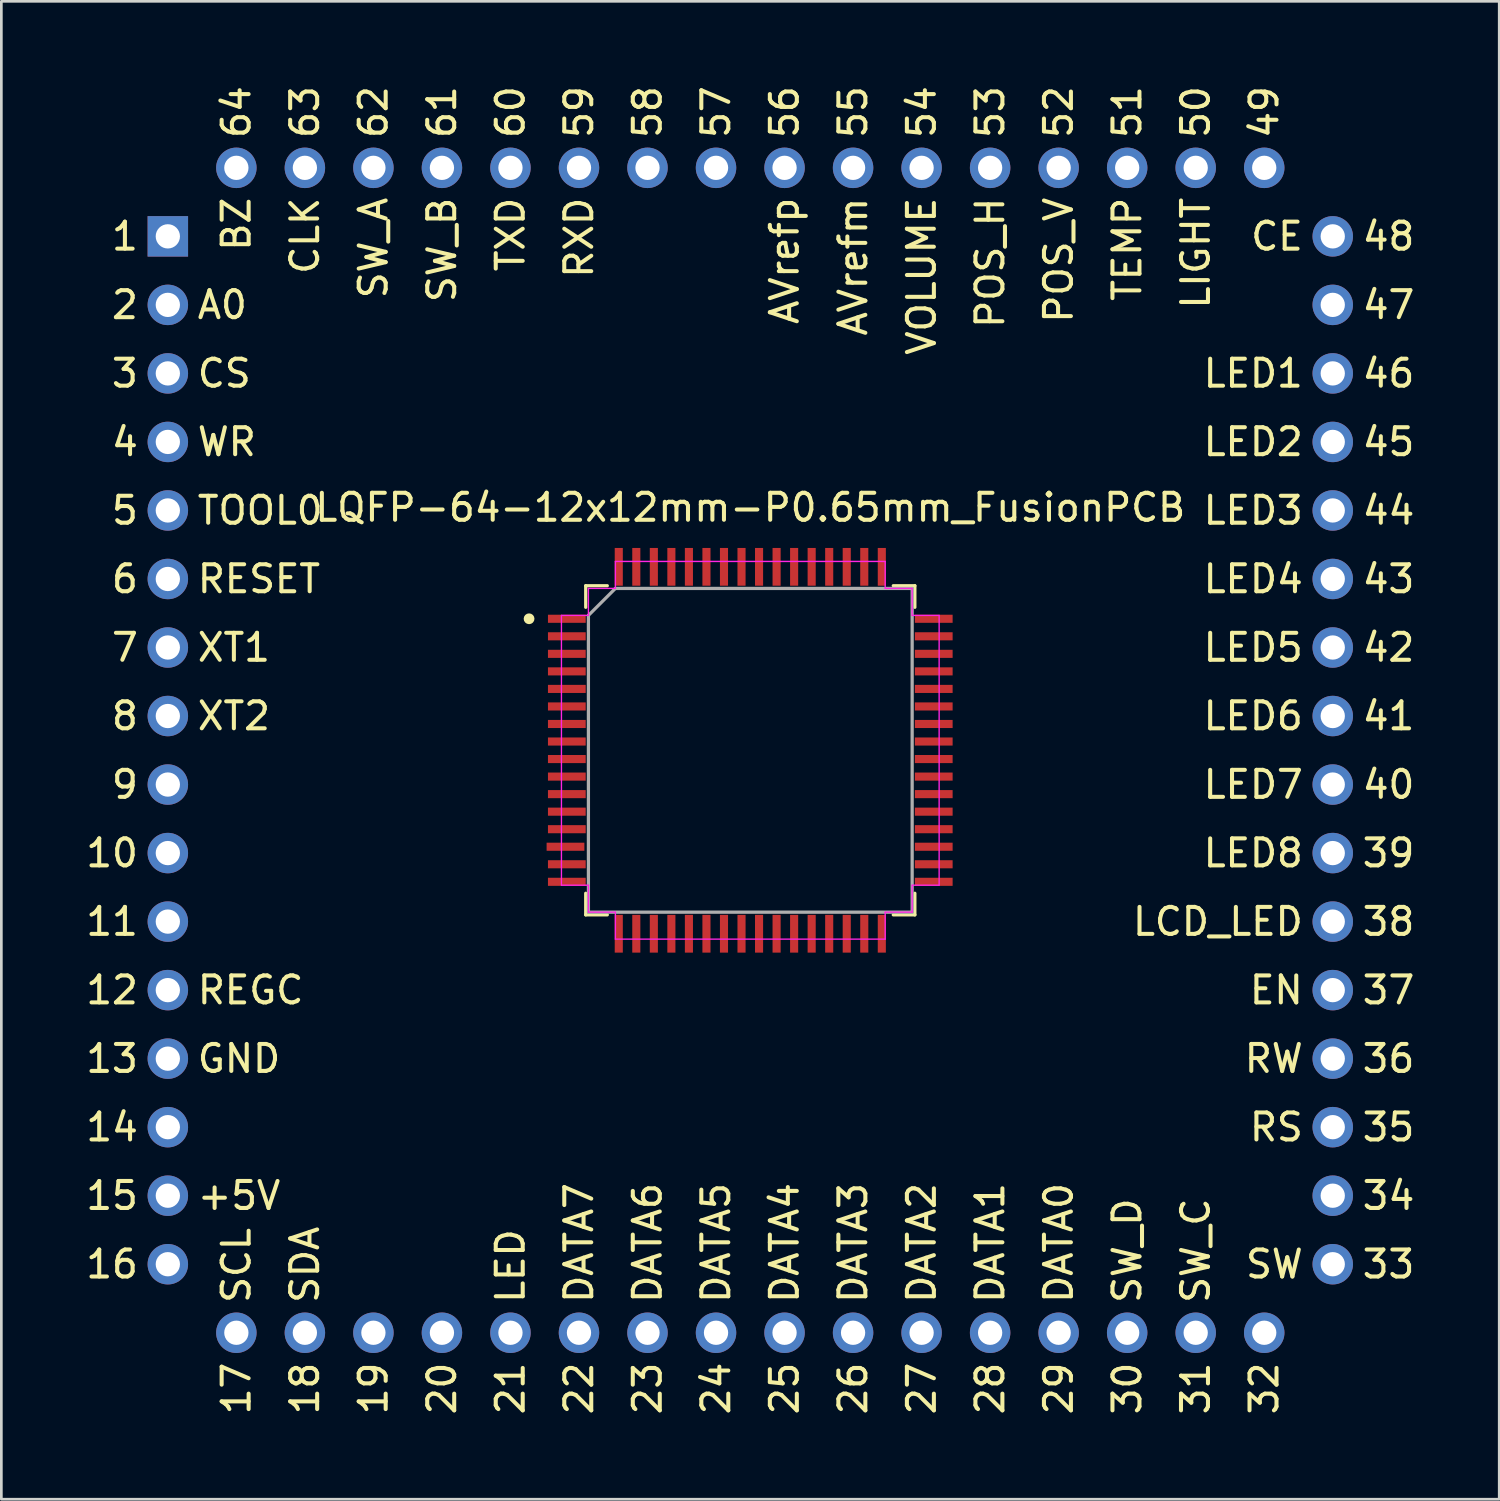
<source format=kicad_pcb>
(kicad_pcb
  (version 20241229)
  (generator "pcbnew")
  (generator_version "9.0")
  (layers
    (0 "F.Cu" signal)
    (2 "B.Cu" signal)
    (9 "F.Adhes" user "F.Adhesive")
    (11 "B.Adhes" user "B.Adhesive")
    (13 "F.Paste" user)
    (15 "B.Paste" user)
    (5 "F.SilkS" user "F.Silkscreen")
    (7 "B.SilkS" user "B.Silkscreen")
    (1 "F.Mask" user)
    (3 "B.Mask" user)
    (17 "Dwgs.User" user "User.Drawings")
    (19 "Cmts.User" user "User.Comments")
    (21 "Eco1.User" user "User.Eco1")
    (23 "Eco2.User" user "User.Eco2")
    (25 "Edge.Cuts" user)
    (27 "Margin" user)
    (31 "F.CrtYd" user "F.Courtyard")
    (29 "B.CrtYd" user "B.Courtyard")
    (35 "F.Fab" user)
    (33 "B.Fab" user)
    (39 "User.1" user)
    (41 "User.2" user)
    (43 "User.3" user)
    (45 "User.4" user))
  (footprint "LQFP-64-12x12mm-P0.65mm_FusionPCB"
    (layer "F.Cu")
    (at 24.761 24.761)
    (property "Reference" "LQFP-64-12x12mm-P0.65mm_FusionPCB" (at 0 -9 0) (layer "F.SilkS") (effects (font (size 1 1) (thickness 0.15))))
    (attr through_hole)
    (fp_line (start -6.1 -6.1) (end -6.1 -5.3) (stroke (width 0.12) (type solid)) (layer "F.SilkS"))
    (fp_line (start -6.1 5.3) (end -6.1 6.1) (stroke (width 0.12) (type solid)) (layer "F.SilkS"))
    (fp_line (start -6.1 6.1) (end -5.3 6.1) (stroke (width 0.12) (type solid)) (layer "F.SilkS"))
    (fp_line (start -5.3 -6.1) (end -6.1 -6.1) (stroke (width 0.12) (type solid)) (layer "F.SilkS"))
    (fp_line (start 5.3 6.1) (end 6.1 6.1) (stroke (width 0.12) (type solid)) (layer "F.SilkS"))
    (fp_line (start 6.1 -6.1) (end 5.3 -6.1) (stroke (width 0.12) (type solid)) (layer "F.SilkS"))
    (fp_line (start 6.1 -5.3) (end 6.1 -6.1) (stroke (width 0.12) (type solid)) (layer "F.SilkS"))
    (fp_line (start 6.1 6.1) (end 6.1 5.3) (stroke (width 0.12) (type solid)) (layer "F.SilkS"))
    (fp_circle (center -8.2 -4.875) (end -8.1 -4.875) (stroke (width 0.2) (type solid)) (fill no) (layer "F.SilkS"))
    (fp_line (start -7 -5) (end -7 5) (stroke (width 0.05) (type solid)) (layer "F.CrtYd"))
    (fp_line (start -7 5) (end -6 5) (stroke (width 0.05) (type solid)) (layer "F.CrtYd"))
    (fp_line (start -6 -6) (end -6 -5) (stroke (width 0.05) (type solid)) (layer "F.CrtYd"))
    (fp_line (start -6 -5) (end -7 -5) (stroke (width 0.05) (type solid)) (layer "F.CrtYd"))
    (fp_line (start -6 5) (end -6 6) (stroke (width 0.05) (type solid)) (layer "F.CrtYd"))
    (fp_line (start -6 6) (end -5 6) (stroke (width 0.05) (type solid)) (layer "F.CrtYd"))
    (fp_line (start -5 -7) (end -5 -6) (stroke (width 0.05) (type solid)) (layer "F.CrtYd"))
    (fp_line (start -5 -6) (end -6 -6) (stroke (width 0.05) (type solid)) (layer "F.CrtYd"))
    (fp_line (start -5 6) (end -5 7) (stroke (width 0.05) (type solid)) (layer "F.CrtYd"))
    (fp_line (start -5 7) (end 5 7) (stroke (width 0.05) (type solid)) (layer "F.CrtYd"))
    (fp_line (start 5 -7) (end -5 -7) (stroke (width 0.05) (type solid)) (layer "F.CrtYd"))
    (fp_line (start 5 -6) (end 5 -7) (stroke (width 0.05) (type solid)) (layer "F.CrtYd"))
    (fp_line (start 5 6) (end 6 6) (stroke (width 0.05) (type solid)) (layer "F.CrtYd"))
    (fp_line (start 5 7) (end 5 6) (stroke (width 0.05) (type solid)) (layer "F.CrtYd"))
    (fp_line (start 6 -6) (end 5 -6) (stroke (width 0.05) (type solid)) (layer "F.CrtYd"))
    (fp_line (start 6 -5) (end 6 -6) (stroke (width 0.05) (type solid)) (layer "F.CrtYd"))
    (fp_line (start 6 5) (end 7 5) (stroke (width 0.05) (type solid)) (layer "F.CrtYd"))
    (fp_line (start 6 6) (end 6 5) (stroke (width 0.05) (type solid)) (layer "F.CrtYd"))
    (fp_line (start 7 -5) (end 6 -5) (stroke (width 0.05) (type solid)) (layer "F.CrtYd"))
    (fp_line (start 7 5) (end 7 -5) (stroke (width 0.05) (type solid)) (layer "F.CrtYd"))
    (fp_line (start -6 -5) (end -6 6) (stroke (width 0.12) (type solid)) (layer "F.Fab"))
    (fp_line (start -6 6) (end 6 6) (stroke (width 0.12) (type solid)) (layer "F.Fab"))
    (fp_line (start -5 -6) (end -6 -5) (stroke (width 0.12) (type solid)) (layer "F.Fab"))
    (fp_line (start 6 -6) (end -5 -6) (stroke (width 0.12) (type solid)) (layer "F.Fab"))
    (fp_line (start 6 6) (end 6 -6) (stroke (width 0.12) (type solid)) (layer "F.Fab"))
    (fp_text user "51" (at 13.97 -22.606 90) (unlocked yes) (layer "F.SilkS") (effects (font (size 1 1) (thickness 0.15)) (justify left)))
    (fp_text user "36" (at 22.606 11.43 0) (unlocked yes) (layer "F.SilkS") (effects (font (size 1 1) (thickness 0.15)) (justify left)))
    (fp_text user "AVrefm" (at 3.81 -20.574 90) (unlocked yes) (layer "F.SilkS") (effects (font (size 1 1) (thickness 0.15)) (justify right)))
    (fp_text user "LED7" (at 20.574 1.27 0) (unlocked yes) (layer "F.SilkS") (effects (font (size 1 1) (thickness 0.15)) (justify right)))
    (fp_text user "EN" (at 20.574 8.89 0) (unlocked yes) (layer "F.SilkS") (effects (font (size 1 1) (thickness 0.15)) (justify right)))
    (fp_text user "26" (at 3.81 22.606 90) (unlocked yes) (layer "F.SilkS") (effects (font (size 1 1) (thickness 0.15)) (justify right)))
    (fp_text user "22" (at -6.35 22.606 90) (unlocked yes) (layer "F.SilkS") (effects (font (size 1 1) (thickness 0.15)) (justify right)))
    (fp_text user "DATA1" (at 8.89 20.574 90) (unlocked yes) (layer "F.SilkS") (effects (font (size 1 1) (thickness 0.15)) (justify left)))
    (fp_text user "DATA3" (at 3.81 20.574 90) (unlocked yes) (layer "F.SilkS") (effects (font (size 1 1) (thickness 0.15)) (justify left)))
    (fp_text user "52" (at 11.43 -22.606 90) (unlocked yes) (layer "F.SilkS") (effects (font (size 1 1) (thickness 0.15)) (justify left)))
    (fp_text user "56" (at 1.27 -22.606 90) (unlocked yes) (layer "F.SilkS") (effects (font (size 1 1) (thickness 0.15)) (justify left)))
    (fp_text user "19" (at -13.97 22.606 90) (unlocked yes) (layer "F.SilkS") (effects (font (size 1 1) (thickness 0.15)) (justify right)))
    (fp_text user "20" (at -11.43 22.606 90) (unlocked yes) (layer "F.SilkS") (effects (font (size 1 1) (thickness 0.15)) (justify right)))
    (fp_text user "VOLUME" (at 6.35 -20.574 90) (unlocked yes) (layer "F.SilkS") (effects (font (size 1 1) (thickness 0.15)) (justify right)))
    (fp_text user "SDA" (at -16.51 20.574 90) (unlocked yes) (layer "F.SilkS") (effects (font (size 1 1) (thickness 0.15)) (justify left)))
    (fp_text user "16" (at -22.606 19.05 0) (unlocked yes) (layer "F.SilkS") (effects (font (size 1 1) (thickness 0.15)) (justify right)))
    (fp_text user "LED" (at -8.89 20.574 90) (unlocked yes) (layer "F.SilkS") (effects (font (size 1 1) (thickness 0.15)) (justify left)))
    (fp_text user "29" (at 11.43 22.606 90) (unlocked yes) (layer "F.SilkS") (effects (font (size 1 1) (thickness 0.15)) (justify right)))
    (fp_text user "14" (at -22.606 13.97 0) (unlocked yes) (layer "F.SilkS") (effects (font (size 1 1) (thickness 0.15)) (justify right)))
    (fp_text user "SW_B" (at -11.43 -20.574 90) (unlocked yes) (layer "F.SilkS") (effects (font (size 1 1) (thickness 0.15)) (justify right)))
    (fp_text user "7" (at -22.606 -3.81 0) (unlocked yes) (layer "F.SilkS") (effects (font (size 1 1) (thickness 0.15)) (justify right)))
    (fp_text user "32" (at 19.05 22.606 90) (unlocked yes) (layer "F.SilkS") (effects (font (size 1 1) (thickness 0.15)) (justify right)))
    (fp_text user "DATA4" (at 1.27 20.574 90) (unlocked yes) (layer "F.SilkS") (effects (font (size 1 1) (thickness 0.15)) (justify left)))
    (fp_text user "8" (at -22.606 -1.27 0) (unlocked yes) (layer "F.SilkS") (effects (font (size 1 1) (thickness 0.15)) (justify right)))
    (fp_text user "GND" (at -20.574 11.43 0) (unlocked yes) (layer "F.SilkS") (effects (font (size 1 1) (thickness 0.15)) (justify left)))
    (fp_text user "18" (at -16.51 22.606 90) (unlocked yes) (layer "F.SilkS") (effects (font (size 1 1) (thickness 0.15)) (justify right)))
    (fp_text user "DATA6" (at -3.81 20.574 90) (unlocked yes) (layer "F.SilkS") (effects (font (size 1 1) (thickness 0.15)) (justify left)))
    (fp_text user "LED2" (at 20.574 -11.43 0) (unlocked yes) (layer "F.SilkS") (effects (font (size 1 1) (thickness 0.15)) (justify right)))
    (fp_text user "CLK" (at -16.51 -20.574 90) (unlocked yes) (layer "F.SilkS") (effects (font (size 1 1) (thickness 0.15)) (justify right)))
    (fp_text user "49" (at 19.05 -22.606 90) (unlocked yes) (layer "F.SilkS") (effects (font (size 1 1) (thickness 0.15)) (justify left)))
    (fp_text user "9" (at -22.606 1.27 0) (unlocked yes) (layer "F.SilkS") (effects (font (size 1 1) (thickness 0.15)) (justify right)))
    (fp_text user "31" (at 16.51 22.606 90) (unlocked yes) (layer "F.SilkS") (effects (font (size 1 1) (thickness 0.15)) (justify right)))
    (fp_text user "59" (at -6.35 -22.606 90) (unlocked yes) (layer "F.SilkS") (effects (font (size 1 1) (thickness 0.15)) (justify left)))
    (fp_text user "4" (at -22.606 -11.43 0) (unlocked yes) (layer "F.SilkS") (effects (font (size 1 1) (thickness 0.15)) (justify right)))
    (fp_text user "AVrefp" (at 1.27 -20.574 90) (unlocked yes) (layer "F.SilkS") (effects (font (size 1 1) (thickness 0.15)) (justify right)))
    (fp_text user "DATA0" (at 11.43 20.574 90) (unlocked yes) (layer "F.SilkS") (effects (font (size 1 1) (thickness 0.15)) (justify left)))
    (fp_text user "6" (at -22.606 -6.35 0) (unlocked yes) (layer "F.SilkS") (effects (font (size 1 1) (thickness 0.15)) (justify right)))
    (fp_text user "45" (at 22.606 -11.43 0) (unlocked yes) (layer "F.SilkS") (effects (font (size 1 1) (thickness 0.15)) (justify left)))
    (fp_text user "POS_H" (at 8.89 -20.574 90) (unlocked yes) (layer "F.SilkS") (effects (font (size 1 1) (thickness 0.15)) (justify right)))
    (fp_text user "17" (at -19.05 22.606 90) (unlocked yes) (layer "F.SilkS") (effects (font (size 1 1) (thickness 0.15)) (justify right)))
    (fp_text user "34" (at 22.606 16.51 0) (unlocked yes) (layer "F.SilkS") (effects (font (size 1 1) (thickness 0.15)) (justify left)))
    (fp_text user "37" (at 22.606 8.89 0) (unlocked yes) (layer "F.SilkS") (effects (font (size 1 1) (thickness 0.15)) (justify left)))
    (fp_text user "43" (at 22.606 -6.35 0) (unlocked yes) (layer "F.SilkS") (effects (font (size 1 1) (thickness 0.15)) (justify left)))
    (fp_text user "LED6" (at 20.574 -1.27 0) (unlocked yes) (layer "F.SilkS") (effects (font (size 1 1) (thickness 0.15)) (justify right)))
    (fp_text user "RW" (at 20.574 11.43 0) (unlocked yes) (layer "F.SilkS") (effects (font (size 1 1) (thickness 0.15)) (justify right)))
    (fp_text user "42" (at 22.606 -3.81 0) (unlocked yes) (layer "F.SilkS") (effects (font (size 1 1) (thickness 0.15)) (justify left)))
    (fp_text user "30" (at 13.97 22.606 90) (unlocked yes) (layer "F.SilkS") (effects (font (size 1 1) (thickness 0.15)) (justify right)))
    (fp_text user "39" (at 22.606 3.81 0) (unlocked yes) (layer "F.SilkS") (effects (font (size 1 1) (thickness 0.15)) (justify left)))
    (fp_text user "11" (at -22.606 6.35 0) (unlocked yes) (layer "F.SilkS") (effects (font (size 1 1) (thickness 0.15)) (justify right)))
    (fp_text user "10" (at -22.606 3.81 0) (unlocked yes) (layer "F.SilkS") (effects (font (size 1 1) (thickness 0.15)) (justify right)))
    (fp_text user "48" (at 22.606 -19.05 0) (unlocked yes) (layer "F.SilkS") (effects (font (size 1 1) (thickness 0.15)) (justify left)))
    (fp_text user "50" (at 16.51 -22.606 90) (unlocked yes) (layer "F.SilkS") (effects (font (size 1 1) (thickness 0.15)) (justify left)))
    (fp_text user "SCL" (at -19.05 20.574 90) (unlocked yes) (layer "F.SilkS") (effects (font (size 1 1) (thickness 0.15)) (justify left)))
    (fp_text user "BZ" (at -19.05 -20.574 90) (unlocked yes) (layer "F.SilkS") (effects (font (size 1 1) (thickness 0.15)) (justify right)))
    (fp_text user "SW_A" (at -13.97 -20.574 90) (unlocked yes) (layer "F.SilkS") (effects (font (size 1 1) (thickness 0.15)) (justify right)))
    (fp_text user "DATA5" (at -1.27 20.574 90) (unlocked yes) (layer "F.SilkS") (effects (font (size 1 1) (thickness 0.15)) (justify left)))
    (fp_text user "58" (at -3.81 -22.606 90) (unlocked yes) (layer "F.SilkS") (effects (font (size 1 1) (thickness 0.15)) (justify left)))
    (fp_text user "12" (at -22.606 8.89 0) (unlocked yes) (layer "F.SilkS") (effects (font (size 1 1) (thickness 0.15)) (justify right)))
    (fp_text user "LED5" (at 20.574 -3.81 0) (unlocked yes) (layer "F.SilkS") (effects (font (size 1 1) (thickness 0.15)) (justify right)))
    (fp_text user "A0" (at -20.574 -16.51 0) (unlocked yes) (layer "F.SilkS") (effects (font (size 1 1) (thickness 0.15)) (justify left)))
    (fp_text user "RS" (at 20.574 13.97 0) (unlocked yes) (layer "F.SilkS") (effects (font (size 1 1) (thickness 0.15)) (justify right)))
    (fp_text user "LED3" (at 20.574 -8.89 0) (unlocked yes) (layer "F.SilkS") (effects (font (size 1 1) (thickness 0.15)) (justify right)))
    (fp_text user "SW_D" (at 13.97 20.574 90) (unlocked yes) (layer "F.SilkS") (effects (font (size 1 1) (thickness 0.15)) (justify left)))
    (fp_text user "TXD" (at -8.89 -20.574 90) (unlocked yes) (layer "F.SilkS") (effects (font (size 1 1) (thickness 0.15)) (justify right)))
    (fp_text user "23" (at -3.81 22.606 90) (unlocked yes) (layer "F.SilkS") (effects (font (size 1 1) (thickness 0.15)) (justify right)))
    (fp_text user "CS" (at -20.574 -13.97 0) (unlocked yes) (layer "F.SilkS") (effects (font (size 1 1) (thickness 0.15)) (justify left)))
    (fp_text user "28" (at 8.89 22.606 90) (unlocked yes) (layer "F.SilkS") (effects (font (size 1 1) (thickness 0.15)) (justify right)))
    (fp_text user "LIGHT" (at 16.51 -20.574 90) (unlocked yes) (layer "F.SilkS") (effects (font (size 1 1) (thickness 0.15)) (justify right)))
    (fp_text user "33" (at 22.606 19.05 0) (unlocked yes) (layer "F.SilkS") (effects (font (size 1 1) (thickness 0.15)) (justify left)))
    (fp_text user "55" (at 3.81 -22.606 90) (unlocked yes) (layer "F.SilkS") (effects (font (size 1 1) (thickness 0.15)) (justify left)))
    (fp_text user "44" (at 22.606 -8.89 0) (unlocked yes) (layer "F.SilkS") (effects (font (size 1 1) (thickness 0.15)) (justify left)))
    (fp_text user "62" (at -13.97 -22.606 90) (unlocked yes) (layer "F.SilkS") (effects (font (size 1 1) (thickness 0.15)) (justify left)))
    (fp_text user "DATA7" (at -6.35 20.574 90) (unlocked yes) (layer "F.SilkS") (effects (font (size 1 1) (thickness 0.15)) (justify left)))
    (fp_text user "57" (at -1.27 -22.606 90) (unlocked yes) (layer "F.SilkS") (effects (font (size 1 1) (thickness 0.15)) (justify left)))
    (fp_text user "27" (at 6.35 22.606 90) (unlocked yes) (layer "F.SilkS") (effects (font (size 1 1) (thickness 0.15)) (justify right)))
    (fp_text user "DATA2" (at 6.35 20.574 90) (unlocked yes) (layer "F.SilkS") (effects (font (size 1 1) (thickness 0.15)) (justify left)))
    (fp_text user "SW" (at 20.574 19.05 0) (unlocked yes) (layer "F.SilkS") (effects (font (size 1 1) (thickness 0.15)) (justify right)))
    (fp_text user "54" (at 6.35 -22.606 90) (unlocked yes) (layer "F.SilkS") (effects (font (size 1 1) (thickness 0.15)) (justify left)))
    (fp_text user "XT1" (at -20.574 -3.81 0) (unlocked yes) (layer "F.SilkS") (effects (font (size 1 1) (thickness 0.15)) (justify left)))
    (fp_text user "2" (at -22.606 -16.51 0) (unlocked yes) (layer "F.SilkS") (effects (font (size 1 1) (thickness 0.15)) (justify right)))
    (fp_text user "SW_C" (at 16.51 20.574 90) (unlocked yes) (layer "F.SilkS") (effects (font (size 1 1) (thickness 0.15)) (justify left)))
    (fp_text user "LCD_LED" (at 20.574 6.35 0) (unlocked yes) (layer "F.SilkS") (effects (font (size 1 1) (thickness 0.15)) (justify right)))
    (fp_text user "38" (at 22.606 6.35 0) (unlocked yes) (layer "F.SilkS") (effects (font (size 1 1) (thickness 0.15)) (justify left)))
    (fp_text user "21" (at -8.89 22.606 90) (unlocked yes) (layer "F.SilkS") (effects (font (size 1 1) (thickness 0.15)) (justify right)))
    (fp_text user "REGC" (at -20.574 8.89 0) (unlocked yes) (layer "F.SilkS") (effects (font (size 1 1) (thickness 0.15)) (justify left)))
    (fp_text user "53" (at 8.89 -22.606 90) (unlocked yes) (layer "F.SilkS") (effects (font (size 1 1) (thickness 0.15)) (justify left)))
    (fp_text user "40" (at 22.606 1.27 0) (unlocked yes) (layer "F.SilkS") (effects (font (size 1 1) (thickness 0.15)) (justify left)))
    (fp_text user "63" (at -16.51 -22.606 90) (unlocked yes) (layer "F.SilkS") (effects (font (size 1 1) (thickness 0.15)) (justify left)))
    (fp_text user "CE" (at 20.574 -19.05 0) (unlocked yes) (layer "F.SilkS") (effects (font (size 1 1) (thickness 0.15)) (justify right)))
    (fp_text user "13" (at -22.606 11.43 0) (unlocked yes) (layer "F.SilkS") (effects (font (size 1 1) (thickness 0.15)) (justify right)))
    (fp_text user "3" (at -22.606 -13.97 0) (unlocked yes) (layer "F.SilkS") (effects (font (size 1 1) (thickness 0.15)) (justify right)))
    (fp_text user "WR" (at -20.574 -11.43 0) (unlocked yes) (layer "F.SilkS") (effects (font (size 1 1) (thickness 0.15)) (justify left)))
    (fp_text user "24" (at -1.27 22.606 90) (unlocked yes) (layer "F.SilkS") (effects (font (size 1 1) (thickness 0.15)) (justify right)))
    (fp_text user "+5V" (at -20.574 16.51 0) (unlocked yes) (layer "F.SilkS") (effects (font (size 1 1) (thickness 0.15)) (justify left)))
    (fp_text user "46" (at 22.606 -13.97 0) (unlocked yes) (layer "F.SilkS") (effects (font (size 1 1) (thickness 0.15)) (justify left)))
    (fp_text user "61" (at -11.43 -22.606 90) (unlocked yes) (layer "F.SilkS") (effects (font (size 1 1) (thickness 0.15)) (justify left)))
    (fp_text user "64" (at -19.05 -22.606 90) (unlocked yes) (layer "F.SilkS") (effects (font (size 1 1) (thickness 0.15)) (justify left)))
    (fp_text user "XT2" (at -20.574 -1.27 0) (unlocked yes) (layer "F.SilkS") (effects (font (size 1 1) (thickness 0.15)) (justify left)))
    (fp_text user "60" (at -8.89 -22.606 90) (unlocked yes) (layer "F.SilkS") (effects (font (size 1 1) (thickness 0.15)) (justify left)))
    (fp_text user "RXD" (at -6.35 -20.574 90) (unlocked yes) (layer "F.SilkS") (effects (font (size 1 1) (thickness 0.15)) (justify right)))
    (fp_text user "41" (at 22.606 -1.27 0) (unlocked yes) (layer "F.SilkS") (effects (font (size 1 1) (thickness 0.15)) (justify left)))
    (fp_text user "LED4" (at 20.574 -6.35 0) (unlocked yes) (layer "F.SilkS") (effects (font (size 1 1) (thickness 0.15)) (justify right)))
    (fp_text user "35" (at 22.606 13.97 0) (unlocked yes) (layer "F.SilkS") (effects (font (size 1 1) (thickness 0.15)) (justify left)))
    (fp_text user "47" (at 22.606 -16.51 0) (unlocked yes) (layer "F.SilkS") (effects (font (size 1 1) (thickness 0.15)) (justify left)))
    (fp_text user "15" (at -22.606 16.51 0) (unlocked yes) (layer "F.SilkS") (effects (font (size 1 1) (thickness 0.15)) (justify right)))
    (fp_text user "POS_V" (at 11.43 -20.574 90) (unlocked yes) (layer "F.SilkS") (effects (font (size 1 1) (thickness 0.15)) (justify right)))
    (fp_text user "TEMP" (at 13.97 -20.574 90) (unlocked yes) (layer "F.SilkS") (effects (font (size 1 1) (thickness 0.15)) (justify right)))
    (fp_text user "RESET" (at -20.574 -6.35 0) (unlocked yes) (layer "F.SilkS") (effects (font (size 1 1) (thickness 0.15)) (justify left)))
    (fp_text user "25" (at 1.27 22.606 90) (unlocked yes) (layer "F.SilkS") (effects (font (size 1 1) (thickness 0.15)) (justify right)))
    (fp_text user "1" (at -22.606 -19.05 0) (unlocked yes) (layer "F.SilkS") (effects (font (size 1 1) (thickness 0.15)) (justify right)))
    (fp_text user "LED8" (at 20.574 3.81 0) (unlocked yes) (layer "F.SilkS") (effects (font (size 1 1) (thickness 0.15)) (justify right)))
    (fp_text user "TOOL0" (at -20.574 -8.89 0) (unlocked yes) (layer "F.SilkS") (effects (font (size 1 1) (thickness 0.15)) (justify left)))
    (fp_text user "LED1" (at 20.574 -13.97 0) (unlocked yes) (layer "F.SilkS") (effects (font (size 1 1) (thickness 0.15)) (justify right)))
    (fp_text user "5" (at -22.606 -8.89 0) (unlocked yes) (layer "F.SilkS") (effects (font (size 1 1) (thickness 0.15)) (justify right)))
    (pad "1" thru_hole rect (at -21.59 -19.05) (size 1.5 1.5) (drill 0.9) (layers "*.Cu" "*.Mask"))
    (pad "1" smd rect (at -6.8 -4.875) (size 1.4 0.3) (layers "F.Cu" "F.Mask" "F.Paste"))
    (pad "2" thru_hole circle (at -21.59 -16.51) (size 1.5 1.5) (drill 0.9) (layers "*.Cu" "*.Mask"))
    (pad "2" smd rect (at -6.8 -4.225) (size 1.4 0.3) (layers "F.Cu" "F.Mask" "F.Paste"))
    (pad "3" thru_hole circle (at -21.59 -13.97) (size 1.5 1.5) (drill 0.9) (layers "*.Cu" "*.Mask"))
    (pad "3" smd rect (at -6.8 -3.575) (size 1.4 0.3) (layers "F.Cu" "F.Mask" "F.Paste"))
    (pad "4" thru_hole circle (at -21.59 -11.43) (size 1.5 1.5) (drill 0.9) (layers "*.Cu" "*.Mask"))
    (pad "4" smd rect (at -6.8 -2.925) (size 1.4 0.3) (layers "F.Cu" "F.Mask" "F.Paste"))
    (pad "5" thru_hole circle (at -21.59 -8.89) (size 1.5 1.5) (drill 0.9) (layers "*.Cu" "*.Mask"))
    (pad "5" smd rect (at -6.8 -2.275) (size 1.4 0.3) (layers "F.Cu" "F.Mask" "F.Paste"))
    (pad "6" thru_hole circle (at -21.59 -6.35) (size 1.5 1.5) (drill 0.9) (layers "*.Cu" "*.Mask"))
    (pad "6" smd rect (at -6.8 -1.625) (size 1.4 0.3) (layers "F.Cu" "F.Mask" "F.Paste"))
    (pad "7" thru_hole circle (at -21.59 -3.81) (size 1.5 1.5) (drill 0.9) (layers "*.Cu" "*.Mask"))
    (pad "7" smd rect (at -6.8 -0.975) (size 1.4 0.3) (layers "F.Cu" "F.Mask" "F.Paste"))
    (pad "8" thru_hole circle (at -21.59 -1.27) (size 1.5 1.5) (drill 0.9) (layers "*.Cu" "*.Mask"))
    (pad "8" smd rect (at -6.8 -0.325) (size 1.4 0.3) (layers "F.Cu" "F.Mask" "F.Paste"))
    (pad "9" thru_hole circle (at -21.59 1.27) (size 1.5 1.5) (drill 0.9) (layers "*.Cu" "*.Mask"))
    (pad "9" smd rect (at -6.8 0.325) (size 1.4 0.3) (layers "F.Cu" "F.Mask" "F.Paste"))
    (pad "10" thru_hole circle (at -21.59 3.81) (size 1.5 1.5) (drill 0.9) (layers "*.Cu" "*.Mask"))
    (pad "10" smd rect (at -6.8 0.975) (size 1.4 0.3) (layers "F.Cu" "F.Mask" "F.Paste"))
    (pad "11" thru_hole circle (at -21.59 6.35) (size 1.5 1.5) (drill 0.9) (layers "*.Cu" "*.Mask"))
    (pad "11" smd rect (at -6.8 1.625) (size 1.4 0.3) (layers "F.Cu" "F.Mask" "F.Paste"))
    (pad "12" thru_hole circle (at -21.59 8.89) (size 1.5 1.5) (drill 0.9) (layers "*.Cu" "*.Mask"))
    (pad "12" smd rect (at -6.8 2.275) (size 1.4 0.3) (layers "F.Cu" "F.Mask" "F.Paste"))
    (pad "13" thru_hole circle (at -21.59 11.43) (size 1.5 1.5) (drill 0.9) (layers "*.Cu" "*.Mask"))
    (pad "13" smd rect (at -6.8 2.925) (size 1.4 0.3) (layers "F.Cu" "F.Mask" "F.Paste"))
    (pad "14" thru_hole circle (at -21.59 13.97) (size 1.5 1.5) (drill 0.9) (layers "*.Cu" "*.Mask"))
    (pad "14" smd rect (at -6.85 3.575) (size 1.4 0.3) (layers "F.Cu" "F.Mask" "F.Paste"))
    (pad "15" thru_hole circle (at -21.59 16.51) (size 1.5 1.5) (drill 0.9) (layers "*.Cu" "*.Mask"))
    (pad "15" smd rect (at -6.8 4.225) (size 1.4 0.3) (layers "F.Cu" "F.Mask" "F.Paste"))
    (pad "16" thru_hole circle (at -21.59 19.05) (size 1.5 1.5) (drill 0.9) (layers "*.Cu" "*.Mask"))
    (pad "16" smd rect (at -6.8 4.875) (size 1.4 0.3) (layers "F.Cu" "F.Mask" "F.Paste"))
    (pad "17" thru_hole circle (at -19.05 21.59) (size 1.5 1.5) (drill 0.9) (layers "*.Cu" "*.Mask"))
    (pad "17" smd rect (at -4.875 6.8) (size 0.3 1.4) (layers "F.Cu" "F.Mask" "F.Paste"))
    (pad "18" thru_hole circle (at -16.51 21.59) (size 1.5 1.5) (drill 0.9) (layers "*.Cu" "*.Mask"))
    (pad "18" smd rect (at -4.225 6.8) (size 0.3 1.4) (layers "F.Cu" "F.Mask" "F.Paste"))
    (pad "19" thru_hole circle (at -13.97 21.59) (size 1.5 1.5) (drill 0.9) (layers "*.Cu" "*.Mask"))
    (pad "19" smd rect (at -3.575 6.8) (size 0.3 1.4) (layers "F.Cu" "F.Mask" "F.Paste"))
    (pad "20" thru_hole circle (at -11.43 21.59) (size 1.5 1.5) (drill 0.9) (layers "*.Cu" "*.Mask"))
    (pad "20" smd rect (at -2.925 6.8) (size 0.3 1.4) (layers "F.Cu" "F.Mask" "F.Paste"))
    (pad "21" thru_hole circle (at -8.89 21.59) (size 1.5 1.5) (drill 0.9) (layers "*.Cu" "*.Mask"))
    (pad "21" smd rect (at -2.275 6.8) (size 0.3 1.4) (layers "F.Cu" "F.Mask" "F.Paste"))
    (pad "22" thru_hole circle (at -6.35 21.59) (size 1.5 1.5) (drill 0.9) (layers "*.Cu" "*.Mask"))
    (pad "22" smd rect (at -1.625 6.8) (size 0.3 1.4) (layers "F.Cu" "F.Mask" "F.Paste"))
    (pad "23" thru_hole circle (at -3.81 21.59) (size 1.5 1.5) (drill 0.9) (layers "*.Cu" "*.Mask"))
    (pad "23" smd rect (at -0.975 6.8) (size 0.3 1.4) (layers "F.Cu" "F.Mask" "F.Paste"))
    (pad "24" thru_hole circle (at -1.27 21.59) (size 1.5 1.5) (drill 0.9) (layers "*.Cu" "*.Mask"))
    (pad "24" smd rect (at -0.325 6.8) (size 0.3 1.4) (layers "F.Cu" "F.Mask" "F.Paste"))
    (pad "25" smd rect (at 0.325 6.8) (size 0.3 1.4) (layers "F.Cu" "F.Mask" "F.Paste"))
    (pad "25" thru_hole circle (at 1.27 21.59) (size 1.5 1.5) (drill 0.9) (layers "*.Cu" "*.Mask"))
    (pad "26" smd rect (at 0.975 6.8) (size 0.3 1.4) (layers "F.Cu" "F.Mask" "F.Paste"))
    (pad "26" thru_hole circle (at 3.81 21.59) (size 1.5 1.5) (drill 0.9) (layers "*.Cu" "*.Mask"))
    (pad "27" smd rect (at 1.625 6.8) (size 0.3 1.4) (layers "F.Cu" "F.Mask" "F.Paste"))
    (pad "27" thru_hole circle (at 6.35 21.59) (size 1.5 1.5) (drill 0.9) (layers "*.Cu" "*.Mask"))
    (pad "28" smd rect (at 2.275 6.8) (size 0.3 1.4) (layers "F.Cu" "F.Mask" "F.Paste"))
    (pad "28" thru_hole circle (at 8.89 21.59) (size 1.5 1.5) (drill 0.9) (layers "*.Cu" "*.Mask"))
    (pad "29" smd rect (at 2.925 6.8) (size 0.3 1.4) (layers "F.Cu" "F.Mask" "F.Paste"))
    (pad "29" thru_hole circle (at 11.43 21.59) (size 1.5 1.5) (drill 0.9) (layers "*.Cu" "*.Mask"))
    (pad "30" smd rect (at 3.575 6.8) (size 0.3 1.4) (layers "F.Cu" "F.Mask" "F.Paste"))
    (pad "30" thru_hole circle (at 13.97 21.59) (size 1.5 1.5) (drill 0.9) (layers "*.Cu" "*.Mask"))
    (pad "31" smd rect (at 4.225 6.8) (size 0.3 1.4) (layers "F.Cu" "F.Mask" "F.Paste"))
    (pad "31" thru_hole circle (at 16.51 21.59) (size 1.5 1.5) (drill 0.9) (layers "*.Cu" "*.Mask"))
    (pad "32" smd rect (at 4.875 6.8) (size 0.3 1.4) (layers "F.Cu" "F.Mask" "F.Paste"))
    (pad "32" thru_hole circle (at 19.05 21.59) (size 1.5 1.5) (drill 0.9) (layers "*.Cu" "*.Mask"))
    (pad "33" smd rect (at 6.8 4.875) (size 1.4 0.3) (layers "F.Cu" "F.Mask" "F.Paste"))
    (pad "33" thru_hole circle (at 21.59 19.05) (size 1.5 1.5) (drill 0.9) (layers "*.Cu" "*.Mask"))
    (pad "34" smd rect (at 6.8 4.225) (size 1.4 0.3) (layers "F.Cu" "F.Mask" "F.Paste"))
    (pad "34" thru_hole circle (at 21.59 16.51) (size 1.5 1.5) (drill 0.9) (layers "*.Cu" "*.Mask"))
    (pad "35" smd rect (at 6.8 3.575) (size 1.4 0.3) (layers "F.Cu" "F.Mask" "F.Paste"))
    (pad "35" thru_hole circle (at 21.59 13.97) (size 1.5 1.5) (drill 0.9) (layers "*.Cu" "*.Mask"))
    (pad "36" smd rect (at 6.8 2.925) (size 1.4 0.3) (layers "F.Cu" "F.Mask" "F.Paste"))
    (pad "36" thru_hole circle (at 21.59 11.43) (size 1.5 1.5) (drill 0.9) (layers "*.Cu" "*.Mask"))
    (pad "37" smd rect (at 6.8 2.275) (size 1.4 0.3) (layers "F.Cu" "F.Mask" "F.Paste"))
    (pad "37" thru_hole circle (at 21.59 8.89) (size 1.5 1.5) (drill 0.9) (layers "*.Cu" "*.Mask"))
    (pad "38" smd rect (at 6.8 1.625) (size 1.4 0.3) (layers "F.Cu" "F.Mask" "F.Paste"))
    (pad "38" thru_hole circle (at 21.59 6.35) (size 1.5 1.5) (drill 0.9) (layers "*.Cu" "*.Mask"))
    (pad "39" smd rect (at 6.8 0.975) (size 1.4 0.3) (layers "F.Cu" "F.Mask" "F.Paste"))
    (pad "39" thru_hole circle (at 21.59 3.81) (size 1.5 1.5) (drill 0.9) (layers "*.Cu" "*.Mask"))
    (pad "40" smd rect (at 6.8 0.325) (size 1.4 0.3) (layers "F.Cu" "F.Mask" "F.Paste"))
    (pad "40" thru_hole circle (at 21.59 1.27) (size 1.5 1.5) (drill 0.9) (layers "*.Cu" "*.Mask"))
    (pad "41" smd rect (at 6.8 -0.325) (size 1.4 0.3) (layers "F.Cu" "F.Mask" "F.Paste"))
    (pad "41" thru_hole circle (at 21.59 -1.27) (size 1.5 1.5) (drill 0.9) (layers "*.Cu" "*.Mask"))
    (pad "42" smd rect (at 6.8 -0.975) (size 1.4 0.3) (layers "F.Cu" "F.Mask" "F.Paste"))
    (pad "42" thru_hole circle (at 21.59 -3.81) (size 1.5 1.5) (drill 0.9) (layers "*.Cu" "*.Mask"))
    (pad "43" smd rect (at 6.8 -1.625) (size 1.4 0.3) (layers "F.Cu" "F.Mask" "F.Paste"))
    (pad "43" thru_hole circle (at 21.59 -6.35) (size 1.5 1.5) (drill 0.9) (layers "*.Cu" "*.Mask"))
    (pad "44" smd rect (at 6.8 -2.275) (size 1.4 0.3) (layers "F.Cu" "F.Mask" "F.Paste"))
    (pad "44" thru_hole circle (at 21.59 -8.89) (size 1.5 1.5) (drill 0.9) (layers "*.Cu" "*.Mask"))
    (pad "45" smd rect (at 6.8 -2.925) (size 1.4 0.3) (layers "F.Cu" "F.Mask" "F.Paste"))
    (pad "45" thru_hole circle (at 21.59 -11.43) (size 1.5 1.5) (drill 0.9) (layers "*.Cu" "*.Mask"))
    (pad "46" smd rect (at 6.8 -3.575) (size 1.4 0.3) (layers "F.Cu" "F.Mask" "F.Paste"))
    (pad "46" thru_hole circle (at 21.59 -13.97) (size 1.5 1.5) (drill 0.9) (layers "*.Cu" "*.Mask"))
    (pad "47" smd rect (at 6.8 -4.225) (size 1.4 0.3) (layers "F.Cu" "F.Mask" "F.Paste"))
    (pad "47" thru_hole circle (at 21.59 -16.51) (size 1.5 1.5) (drill 0.9) (layers "*.Cu" "*.Mask"))
    (pad "48" smd rect (at 6.8 -4.875) (size 1.4 0.3) (layers "F.Cu" "F.Mask" "F.Paste"))
    (pad "48" thru_hole circle (at 21.59 -19.05) (size 1.5 1.5) (drill 0.9) (layers "*.Cu" "*.Mask"))
    (pad "49" smd rect (at 4.875 -6.8) (size 0.3 1.4) (layers "F.Cu" "F.Mask" "F.Paste"))
    (pad "49" thru_hole circle (at 19.05 -21.59) (size 1.5 1.5) (drill 0.9) (layers "*.Cu" "*.Mask"))
    (pad "50" smd rect (at 4.225 -6.8) (size 0.3 1.4) (layers "F.Cu" "F.Mask" "F.Paste"))
    (pad "50" thru_hole circle (at 16.51 -21.59) (size 1.5 1.5) (drill 0.9) (layers "*.Cu" "*.Mask"))
    (pad "51" smd rect (at 3.575 -6.8) (size 0.3 1.4) (layers "F.Cu" "F.Mask" "F.Paste"))
    (pad "51" thru_hole circle (at 13.97 -21.59) (size 1.5 1.5) (drill 0.9) (layers "*.Cu" "*.Mask"))
    (pad "52" smd rect (at 2.925 -6.8) (size 0.3 1.4) (layers "F.Cu" "F.Mask" "F.Paste"))
    (pad "52" thru_hole circle (at 11.43 -21.59) (size 1.5 1.5) (drill 0.9) (layers "*.Cu" "*.Mask"))
    (pad "53" smd rect (at 2.275 -6.8) (size 0.3 1.4) (layers "F.Cu" "F.Mask" "F.Paste"))
    (pad "53" thru_hole circle (at 8.89 -21.59) (size 1.5 1.5) (drill 0.9) (layers "*.Cu" "*.Mask"))
    (pad "54" smd rect (at 1.625 -6.8) (size 0.3 1.4) (layers "F.Cu" "F.Mask" "F.Paste"))
    (pad "54" thru_hole circle (at 6.35 -21.59) (size 1.5 1.5) (drill 0.9) (layers "*.Cu" "*.Mask"))
    (pad "55" smd rect (at 0.975 -6.8) (size 0.3 1.4) (layers "F.Cu" "F.Mask" "F.Paste"))
    (pad "55" thru_hole circle (at 3.81 -21.59) (size 1.5 1.5) (drill 0.9) (layers "*.Cu" "*.Mask"))
    (pad "56" smd rect (at 0.325 -6.8) (size 0.3 1.4) (layers "F.Cu" "F.Mask" "F.Paste"))
    (pad "56" thru_hole circle (at 1.27 -21.59) (size 1.5 1.5) (drill 0.9) (layers "*.Cu" "*.Mask"))
    (pad "57" thru_hole circle (at -1.27 -21.59) (size 1.5 1.5) (drill 0.9) (layers "*.Cu" "*.Mask"))
    (pad "57" smd rect (at -0.325 -6.8) (size 0.3 1.4) (layers "F.Cu" "F.Mask" "F.Paste"))
    (pad "58" thru_hole circle (at -3.81 -21.59) (size 1.5 1.5) (drill 0.9) (layers "*.Cu" "*.Mask"))
    (pad "58" smd rect (at -0.975 -6.8) (size 0.3 1.4) (layers "F.Cu" "F.Mask" "F.Paste"))
    (pad "59" thru_hole circle (at -6.35 -21.59) (size 1.5 1.5) (drill 0.9) (layers "*.Cu" "*.Mask"))
    (pad "59" smd rect (at -1.625 -6.8) (size 0.3 1.4) (layers "F.Cu" "F.Mask" "F.Paste"))
    (pad "60" thru_hole circle (at -8.89 -21.59) (size 1.5 1.5) (drill 0.9) (layers "*.Cu" "*.Mask"))
    (pad "60" smd rect (at -2.275 -6.8) (size 0.3 1.4) (layers "F.Cu" "F.Mask" "F.Paste"))
    (pad "61" thru_hole circle (at -11.43 -21.59) (size 1.5 1.5) (drill 0.9) (layers "*.Cu" "*.Mask"))
    (pad "61" smd rect (at -2.925 -6.8) (size 0.3 1.4) (layers "F.Cu" "F.Mask" "F.Paste"))
    (pad "62" thru_hole circle (at -13.97 -21.59) (size 1.5 1.5) (drill 0.9) (layers "*.Cu" "*.Mask"))
    (pad "62" smd rect (at -3.575 -6.8) (size 0.3 1.4) (layers "F.Cu" "F.Mask" "F.Paste"))
    (pad "63" thru_hole circle (at -16.51 -21.59) (size 1.5 1.5) (drill 0.9) (layers "*.Cu" "*.Mask"))
    (pad "63" smd rect (at -4.225 -6.8) (size 0.3 1.4) (layers "F.Cu" "F.Mask" "F.Paste"))
    (pad "64" thru_hole circle (at -19.05 -21.59) (size 1.5 1.5) (drill 0.9) (layers "*.Cu" "*.Mask"))
    (pad "64" smd rect (at -4.875 -6.8) (size 0.3 1.4) (layers "F.Cu" "F.Mask" "F.Paste")))
  (gr_rect
    (start -3 -3)
    (end 52.522 52.522)
    (stroke (width 0.1) (type default))
    (fill no)
    (layer "Edge.Cuts")))
</source>
